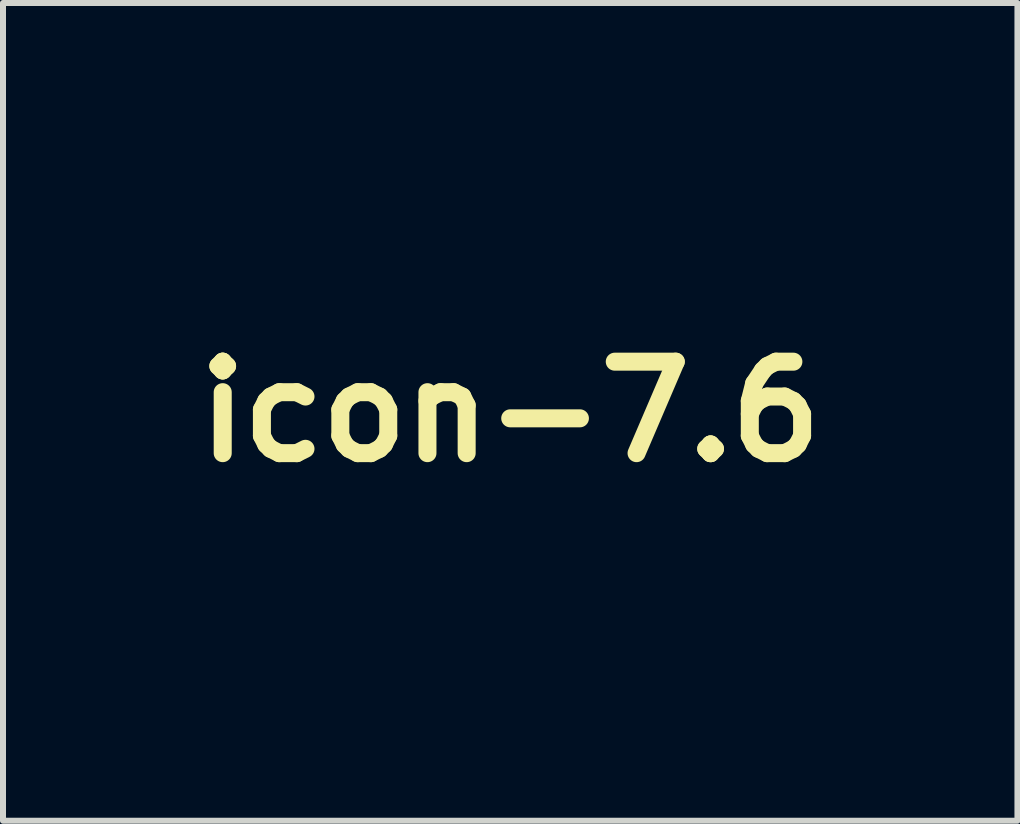
<source format=kicad_pcb>
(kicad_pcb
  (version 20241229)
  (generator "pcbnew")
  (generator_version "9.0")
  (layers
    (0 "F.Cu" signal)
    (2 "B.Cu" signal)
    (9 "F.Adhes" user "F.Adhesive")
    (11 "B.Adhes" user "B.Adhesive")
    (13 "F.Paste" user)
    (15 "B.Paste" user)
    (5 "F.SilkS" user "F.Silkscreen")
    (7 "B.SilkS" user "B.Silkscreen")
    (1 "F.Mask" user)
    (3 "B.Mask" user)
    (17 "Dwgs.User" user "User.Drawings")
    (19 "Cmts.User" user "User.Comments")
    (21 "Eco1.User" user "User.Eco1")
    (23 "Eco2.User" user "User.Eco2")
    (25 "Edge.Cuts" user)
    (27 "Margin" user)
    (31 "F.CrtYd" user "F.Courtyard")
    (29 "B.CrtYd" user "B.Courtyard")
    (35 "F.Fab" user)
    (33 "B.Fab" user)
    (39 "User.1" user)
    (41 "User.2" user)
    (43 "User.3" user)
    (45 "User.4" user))
  (footprint "icon-7.6"
    (layer "F.Cu")
    (at 5.45 3.81)
    (property "Reference" "icon-7.6" (at 0 0 0) (layer "F.SilkS") (effects (font (size 1.524 1.524) (thickness 0.3))))
    (attr through_hole)
    (fp_poly (pts (xy 1.697 1.697) (xy 1.016 1.697) (xy 1.018 1.019) (xy 1.021 0.34) (xy 1.697 0.335) (xy 1.697 1.697)) (stroke (width 0.01) (type solid)) (fill yes) (layer "F.Mask"))
    (fp_poly (pts (xy 1.697 -0.345) (xy 1.016 -0.345) (xy 1.016 -1.026) (xy 0.676 -1.026) (xy 0.335 -1.026) (xy 0.338 -0.683) (xy 0.34 -0.34) (xy 0.678 -0.338) (xy 1.016 -0.335) (xy 1.016 0.335) (xy 0.335 0.335) (xy 0.335 1.697) (xy -0.335 1.697) (xy -0.34 0.34) (xy -0.683 0.338) (xy -1.026 0.335) (xy -1.026 1.697) (xy -1.697 1.697) (xy -1.697 -0.688) (xy -1.026 -0.688) (xy -1.026 -0.607) (xy -1.025 -0.532) (xy -1.025 -0.467) (xy -1.023 -0.412) (xy -1.022 -0.372) (xy -1.02 -0.348) (xy -1.019 -0.342) (xy -1.008 -0.34) (xy -0.978 -0.339) (xy -0.934 -0.338) (xy -0.876 -0.337) (xy -0.807 -0.337) (xy -0.731 -0.337) (xy -0.676 -0.338) (xy -0.34 -0.34) (xy -0.34 -1.021) (xy -0.683 -1.024) (xy -1.026 -1.026) (xy -1.026 -0.688) (xy -1.697 -0.688) (xy -1.697 -1.697) (xy 1.697 -1.697) (xy 1.697 -0.345)) (stroke (width 0.01) (type solid)) (fill yes) (layer "F.Mask"))
    (fp_poly (pts (xy 0.222 -3.799) (xy 0.502 -3.772) (xy 0.782 -3.726) (xy 0.798 -3.723) (xy 1.055 -3.659) (xy 1.309 -3.576) (xy 1.558 -3.474) (xy 1.799 -3.354) (xy 2.033 -3.217) (xy 2.256 -3.065) (xy 2.468 -2.896) (xy 2.552 -2.822) (xy 2.68 -2.701) (xy 2.796 -2.582) (xy 2.904 -2.46) (xy 3.01 -2.328) (xy 3.037 -2.291) (xy 3.197 -2.062) (xy 3.339 -1.825) (xy 3.461 -1.58) (xy 3.566 -1.327) (xy 3.652 -1.065) (xy 3.72 -0.793) (xy 3.728 -0.756) (xy 3.773 -0.487) (xy 3.798 -0.216) (xy 3.804 0.055) (xy 3.791 0.324) (xy 3.758 0.591) (xy 3.718 0.799) (xy 3.697 0.889) (xy 3.673 0.985) (xy 3.647 1.081) (xy 3.621 1.17) (xy 3.596 1.246) (xy 3.593 1.255) (xy 3.569 1.322) (xy 3.538 1.4) (xy 3.502 1.484) (xy 3.464 1.57) (xy 3.425 1.655) (xy 3.387 1.735) (xy 3.351 1.804) (xy 3.321 1.859) (xy 3.315 1.869) (xy 3.288 1.913) (xy 3.255 1.966) (xy 3.224 2.018) (xy 3.212 2.037) (xy 3.188 2.074) (xy 3.155 2.123) (xy 3.115 2.179) (xy 3.072 2.239) (xy 3.028 2.299) (xy 3.023 2.306) (xy 2.91 2.447) (xy 2.783 2.59) (xy 2.645 2.73) (xy 2.503 2.862) (xy 2.361 2.981) (xy 2.306 3.023) (xy 2.247 3.067) (xy 2.186 3.11) (xy 2.129 3.15) (xy 2.079 3.185) (xy 2.041 3.21) (xy 2.037 3.212) (xy 1.988 3.242) (xy 1.934 3.275) (xy 1.886 3.304) (xy 1.869 3.315) (xy 1.827 3.339) (xy 1.769 3.369) (xy 1.7 3.403) (xy 1.625 3.439) (xy 1.546 3.475) (xy 1.468 3.509) (xy 1.412 3.533) (xy 1.227 3.602) (xy 1.027 3.663) (xy 0.817 3.715) (xy 0.602 3.755) (xy 0.385 3.784) (xy 0.198 3.799) (xy 0.129 3.803) (xy 0.073 3.806) (xy 0.027 3.807) (xy -0.015 3.808) (xy -0.058 3.807) (xy -0.108 3.805) (xy -0.169 3.802) (xy -0.218 3.799) (xy -0.466 3.777) (xy -0.711 3.738) (xy -0.955 3.683) (xy -1.199 3.609) (xy -1.446 3.517) (xy -1.626 3.44) (xy -1.751 3.379) (xy -1.885 3.305) (xy -2.023 3.221) (xy -2.16 3.132) (xy -2.292 3.038) (xy -2.414 2.944) (xy -2.484 2.885) (xy -2.684 2.699) (xy -2.87 2.499) (xy -3.041 2.287) (xy -3.196 2.064) (xy -3.336 1.832) (xy -3.458 1.592) (xy -3.562 1.345) (xy -3.648 1.092) (xy -3.715 0.834) (xy -3.723 0.798) (xy -3.77 0.518) (xy -3.798 0.238) (xy -3.804 0.015) (xy -3.128 0.015) (xy -3.123 0.177) (xy -3.113 0.335) (xy -3.096 0.484) (xy -3.093 0.508) (xy -3.053 0.712) (xy -2.996 0.92) (xy -2.923 1.128) (xy -2.833 1.334) (xy -2.73 1.533) (xy -2.614 1.724) (xy -2.486 1.904) (xy -2.473 1.92) (xy -2.31 2.113) (xy -2.132 2.292) (xy -1.94 2.455) (xy -1.737 2.603) (xy -1.522 2.735) (xy -1.296 2.849) (xy -1.119 2.925) (xy -0.985 2.972) (xy -0.838 3.016) (xy -0.686 3.053) (xy -0.535 3.084) (xy -0.393 3.105) (xy -0.366 3.108) (xy -0.318 3.113) (xy -0.275 3.118) (xy -0.242 3.121) (xy -0.229 3.123) (xy -0.194 3.125) (xy -0.144 3.127) (xy -0.082 3.128) (xy -0.013 3.128) (xy 0.058 3.127) (xy 0.128 3.126) (xy 0.191 3.124) (xy 0.244 3.121) (xy 0.269 3.119) (xy 0.521 3.086) (xy 0.769 3.033) (xy 1.011 2.961) (xy 1.247 2.87) (xy 1.475 2.762) (xy 1.502 2.747) (xy 1.58 2.703) (xy 1.667 2.648) (xy 1.759 2.587) (xy 1.85 2.522) (xy 1.935 2.458) (xy 2.002 2.405) (xy 2.189 2.235) (xy 2.361 2.053) (xy 2.517 1.859) (xy 2.656 1.654) (xy 2.779 1.439) (xy 2.884 1.215) (xy 2.971 0.982) (xy 3.04 0.741) (xy 3.09 0.493) (xy 3.12 0.254) (xy 3.125 0.179) (xy 3.127 0.089) (xy 3.127 -0.009) (xy 3.125 -0.11) (xy 3.121 -0.209) (xy 3.116 -0.301) (xy 3.108 -0.38) (xy 3.105 -0.406) (xy 3.074 -0.591) (xy 3.033 -0.773) (xy 2.984 -0.948) (xy 2.928 -1.11) (xy 2.925 -1.119) (xy 2.825 -1.348) (xy 2.709 -1.567) (xy 2.577 -1.775) (xy 2.43 -1.972) (xy 2.268 -2.156) (xy 2.094 -2.327) (xy 1.908 -2.483) (xy 1.71 -2.624) (xy 1.501 -2.749) (xy 1.284 -2.857) (xy 1.168 -2.905) (xy 1.02 -2.961) (xy 0.883 -3.007) (xy 0.753 -3.045) (xy 0.627 -3.074) (xy 0.499 -3.095) (xy 0.366 -3.11) (xy 0.223 -3.119) (xy 0.066 -3.123) (xy -0.005 -3.123) (xy -0.118 -3.123) (xy -0.215 -3.121) (xy -0.301 -3.117) (xy -0.378 -3.111) (xy -0.453 -3.102) (xy -0.528 -3.091) (xy -0.608 -3.076) (xy -0.655 -3.067) (xy -0.76 -3.042) (xy -0.877 -3.009) (xy -1 -2.969) (xy -1.123 -2.925) (xy -1.241 -2.878) (xy -1.348 -2.831) (xy -1.386 -2.812) (xy -1.56 -2.718) (xy -1.732 -2.609) (xy -1.9 -2.49) (xy -2.057 -2.363) (xy -2.202 -2.231) (xy -2.315 -2.113) (xy -2.479 -1.914) (xy -2.626 -1.707) (xy -2.755 -1.491) (xy -2.866 -1.268) (xy -2.957 -1.038) (xy -3.03 -0.802) (xy -3.084 -0.561) (xy -3.104 -0.432) (xy -3.118 -0.295) (xy -3.126 -0.144) (xy -3.128 0.015) (xy -3.804 0.015) (xy -3.805 -0.042) (xy -3.792 -0.322) (xy -3.759 -0.601) (xy -3.706 -0.878) (xy -3.702 -0.894) (xy -3.641 -1.12) (xy -3.562 -1.348) (xy -3.466 -1.576) (xy -3.356 -1.799) (xy -3.244 -1.996) (xy -3.117 -2.189) (xy -2.972 -2.379) (xy -2.812 -2.563) (xy -2.64 -2.74) (xy -2.458 -2.905) (xy -2.268 -3.057) (xy -2.21 -3.1) (xy -1.999 -3.241) (xy -1.776 -3.368) (xy -1.545 -3.48) (xy -1.309 -3.577) (xy -1.07 -3.656) (xy -0.894 -3.702) (xy -0.617 -3.757) (xy -0.338 -3.791) (xy -0.058 -3.805) (xy 0.222 -3.799)) (stroke (width 0.01) (type solid)) (fill yes) (layer "F.Mask")))
  (gr_rect
    (start -3 -3)
    (end 13.9 10.623)
    (stroke (width 0.1) (type default))
    (fill no)
    (layer "Edge.Cuts")))
</source>
